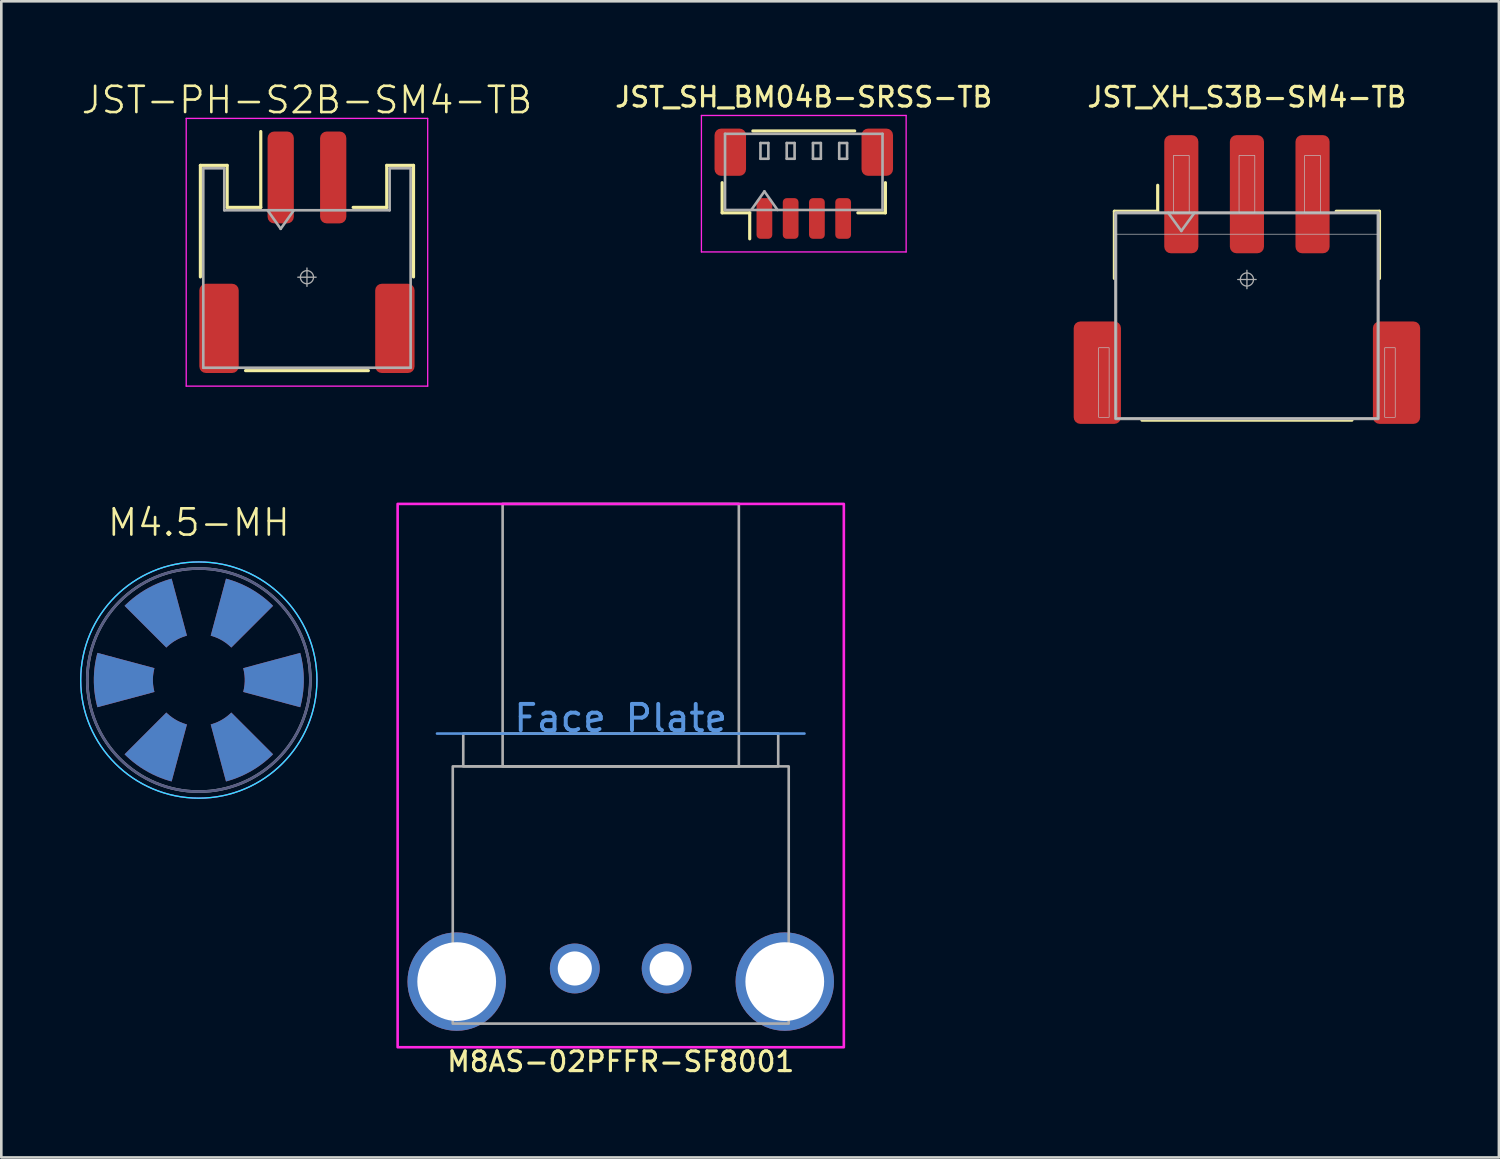
<source format=kicad_pcb>
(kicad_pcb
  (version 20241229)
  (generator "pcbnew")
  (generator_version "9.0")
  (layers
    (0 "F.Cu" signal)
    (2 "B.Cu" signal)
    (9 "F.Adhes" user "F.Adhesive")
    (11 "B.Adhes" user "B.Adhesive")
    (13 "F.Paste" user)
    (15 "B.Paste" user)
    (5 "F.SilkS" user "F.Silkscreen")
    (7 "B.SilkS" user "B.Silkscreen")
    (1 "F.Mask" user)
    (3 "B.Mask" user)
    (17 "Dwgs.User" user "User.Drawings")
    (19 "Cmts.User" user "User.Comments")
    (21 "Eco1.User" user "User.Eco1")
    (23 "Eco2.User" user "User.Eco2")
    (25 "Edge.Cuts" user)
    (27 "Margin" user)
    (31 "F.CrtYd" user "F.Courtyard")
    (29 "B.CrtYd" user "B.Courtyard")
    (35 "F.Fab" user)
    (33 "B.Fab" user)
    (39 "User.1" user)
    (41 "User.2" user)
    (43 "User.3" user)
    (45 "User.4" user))
  (footprint "M4.5-MH"
    (layer "F.Cu")
    (at 4.525 22.86)
    (property "Reference" "M4.5-MH" (at 0 -6 0) (unlocked yes) (layer "F.SilkS") (effects (font (size 1 1) (thickness 0.1))))
    (attr through_hole)
    (fp_circle (center 0 0) (end 0 -4.5) (stroke (width 0.05) (type solid)) (fill no) (layer "B.CrtYd"))
    (fp_circle (center 0 0) (end 0 -4.5) (stroke (width 0.05) (type default)) (fill no) (layer "F.CrtYd"))
    (fp_circle (center 0 0) (end 0 -4.25) (stroke (width 0.1) (type solid)) (fill no) (layer "B.Fab"))
    (fp_circle (center 0 0) (end 0 -4.25) (stroke (width 0.1) (type default)) (fill no) (layer "F.Fab"))
    (pad "1" smd custom (at -2 0 90) (size 0.25 0.25) (layers "F.Cu" "F.Mask" "F.Paste") (options (anchor circle)) (primitives (gr_poly (pts (arc (start -0.452934 0.309631) (mid -0.000001 0.250001) (end 0.452934 0.309631)) (xy 1.035 -1.864) (arc (start 1.035272 -1.863704) (mid -0.000004 -2) (end -1.03528 -1.863702))) (width 0) (fill yes))))
    (pad "1" smd custom (at -2 0 90) (size 0.25 0.25) (layers "B.Cu" "B.Mask" "B.Paste") (options (anchor circle)) (primitives (gr_poly (pts (arc (start -0.452934 0.309631) (mid -0.000001 0.250001) (end 0.452934 0.309631)) (xy 1.035 -1.864) (arc (start 1.035272 -1.863704) (mid -0.000004 -2) (end -1.03528 -1.863702))) (width 0) (fill yes))))
    (pad "1" smd custom (at -1 -1.732 30) (size 0.25 0.25) (layers "F.Cu" "F.Mask" "F.Paste") (options (anchor circle)) (primitives (gr_poly (pts (arc (start -0.452934 0.309631) (mid -0.000001 0.250001) (end 0.452934 0.309631)) (xy 1.035 -1.864) (arc (start 1.035272 -1.863704) (mid -0.000004 -2) (end -1.03528 -1.863702))) (width 0) (fill yes))))
    (pad "1" smd custom (at -1 -1.732 30) (size 0.25 0.25) (layers "B.Cu" "B.Mask" "B.Paste") (options (anchor circle)) (primitives (gr_poly (pts (arc (start -0.452934 0.309631) (mid -0.000001 0.250001) (end 0.452934 0.309631)) (xy 1.035 -1.864) (arc (start 1.035272 -1.863704) (mid -0.000004 -2) (end -1.03528 -1.863702))) (width 0) (fill yes))))
    (pad "1" smd custom (at -1 1.732 150) (size 0.25 0.25) (layers "F.Cu" "F.Mask" "F.Paste") (options (anchor circle)) (primitives (gr_poly (pts (arc (start 0.452934 0.309631) (mid 0.000001 0.250001) (end -0.452934 0.309631)) (xy -1.035 -1.864) (arc (start -1.035272 -1.863704) (mid 0.000004 -2) (end 1.03528 -1.863702))) (width 0) (fill yes))))
    (pad "1" smd custom (at -1 1.732 150) (size 0.25 0.25) (layers "B.Cu" "B.Mask" "B.Paste") (options (anchor circle)) (primitives (gr_poly (pts (arc (start 0.452934 0.309631) (mid 0.000001 0.250001) (end -0.452934 0.309631)) (xy -1.035 -1.864) (arc (start -1.035272 -1.863704) (mid 0.000004 -2) (end 1.03528 -1.863702))) (width 0) (fill yes))))
    (pad "1" smd custom (at 1 -1.732 330) (size 0.25 0.25) (layers "F.Cu" "F.Mask" "F.Paste") (options (anchor circle)) (primitives (gr_poly (pts (arc (start 0.452934 0.309631) (mid 0.000001 0.250001) (end -0.452934 0.309631)) (xy -1.035 -1.864) (arc (start -1.035272 -1.863704) (mid 0.000004 -2) (end 1.03528 -1.863702))) (width 0) (fill yes))))
    (pad "1" smd custom (at 1 -1.732 330) (size 0.25 0.25) (layers "B.Cu" "B.Mask" "B.Paste") (options (anchor circle)) (primitives (gr_poly (pts (arc (start 0.452934 0.309631) (mid 0.000001 0.250001) (end -0.452934 0.309631)) (xy -1.035 -1.864) (arc (start -1.035272 -1.863704) (mid 0.000004 -2) (end 1.03528 -1.863702))) (width 0) (fill yes))))
    (pad "1" smd custom (at 1 1.732 210) (size 0.25 0.25) (layers "F.Cu" "F.Mask" "F.Paste") (options (anchor circle)) (primitives (gr_poly (pts (arc (start -0.452934 0.309631) (mid -0.000001 0.250001) (end 0.452934 0.309631)) (xy 1.035 -1.864) (arc (start 1.035272 -1.863704) (mid -0.000004 -2) (end -1.03528 -1.863702))) (width 0) (fill yes))))
    (pad "1" smd custom (at 1 1.732 210) (size 0.25 0.25) (layers "B.Cu" "B.Mask" "B.Paste") (options (anchor circle)) (primitives (gr_poly (pts (arc (start -0.452934 0.309631) (mid -0.000001 0.250001) (end 0.452934 0.309631)) (xy 1.035 -1.864) (arc (start 1.035272 -1.863704) (mid -0.000004 -2) (end -1.03528 -1.863702))) (width 0) (fill yes))))
    (pad "1" smd custom (at 2 0 270) (size 0.25 0.25) (layers "F.Cu" "F.Mask" "F.Paste") (options (anchor circle)) (primitives (gr_poly (pts (arc (start -0.452934 0.309631) (mid -0.000001 0.250001) (end 0.452934 0.309631)) (xy 1.035 -1.864) (arc (start 1.035272 -1.863704) (mid -0.000004 -2) (end -1.03528 -1.863702))) (width 0) (fill yes))))
    (pad "1" smd custom (at 2 0 270) (size 0.25 0.25) (layers "B.Cu" "B.Mask" "B.Paste") (options (anchor circle)) (primitives (gr_poly (pts (arc (start -0.452934 0.309631) (mid -0.000001 0.250001) (end 0.452934 0.309631)) (xy 1.035 -1.864) (arc (start 1.035272 -1.863704) (mid -0.000004 -2) (end -1.03528 -1.863702))) (width 0) (fill yes)))))
  (footprint "JST_XH_S3B-SM4-TB"
    (layer "F.Cu")
    (at 44.458 7.599)
    (property "Reference" "JST_XH_S3B-SM4-TB" (at 0 -6.95 0) (unlocked yes) (layer "F.SilkS") (effects (font (size 0.75 0.75) (thickness 0.12))))
    (attr smd)
    (fp_line (start -5.05 -2.6) (end -3.4 -2.6) (stroke (width 0.12) (type solid)) (layer "F.SilkS"))
    (fp_line (start -5.05 -0.04) (end -5.05 -2.6) (stroke (width 0.12) (type solid)) (layer "F.SilkS"))
    (fp_line (start -4 5.36) (end 4 5.36) (stroke (width 0.12) (type solid)) (layer "F.SilkS"))
    (fp_line (start -3.4 -2.6) (end -3.4 -3.59) (stroke (width 0.12) (type solid)) (layer "F.SilkS"))
    (fp_line (start 5.05 -2.6) (end 3.4 -2.6) (stroke (width 0.12) (type solid)) (layer "F.SilkS"))
    (fp_line (start 5.05 -0.04) (end 5.05 -2.6) (stroke (width 0.12) (type solid)) (layer "F.SilkS"))
    (fp_line (start -5 -1.725) (end 5 -1.725) (stroke (width 0.025) (type default)) (layer "Dwgs.User"))
    (fp_rect (start -5.65 2.6) (end -5.25 5.25) (stroke (width 0.025) (type default)) (fill no) (layer "Dwgs.User"))
    (fp_rect (start -5 -2.54) (end 5 5.3) (stroke (width 0.025) (type default)) (fill no) (layer "Dwgs.User"))
    (fp_rect (start -2.8 -4.725) (end -2.2 -2.54) (stroke (width 0.025) (type default)) (fill no) (layer "Dwgs.User"))
    (fp_rect (start -0.3 -4.725) (end 0.3 -2.54) (stroke (width 0.025) (type default)) (fill no) (layer "Dwgs.User"))
    (fp_rect (start 2.2 -4.725) (end 2.8 -2.54) (stroke (width 0.025) (type default)) (fill no) (layer "Dwgs.User"))
    (fp_rect (start 5.25 2.6) (end 5.65 5.25) (stroke (width 0.025) (type default)) (fill no) (layer "Dwgs.User"))
    (fp_line (start -3 -2.54) (end -2.5 -1.85) (stroke (width 0.1) (type solid)) (layer "F.Fab"))
    (fp_line (start -2.5 -1.85) (end -2 -2.54) (stroke (width 0.1) (type solid)) (layer "F.Fab"))
    (fp_line (start -0.35 0) (end 0.35 0) (stroke (width 0.05) (type solid)) (layer "F.Fab"))
    (fp_line (start 0 -0.35) (end 0 0.35) (stroke (width 0.05) (type solid)) (layer "F.Fab"))
    (fp_rect (start -5 -2.54) (end 5 5.3) (stroke (width 0.12) (type default)) (fill no) (layer "F.Fab"))
    (fp_circle (center 0 0) (end 0.25 0) (stroke (width 0.05) (type solid)) (fill no) (layer "F.Fab"))
    (pad "1" smd roundrect (at -2.5 -3.25) (size 1.3 4.5) (layers "F.Cu" "F.Mask" "F.Paste") (roundrect_rratio 0.192))
    (pad "2" smd roundrect (at 0 -3.25) (size 1.3 4.5) (layers "F.Cu" "F.Mask" "F.Paste") (roundrect_rratio 0.192))
    (pad "3" smd roundrect (at 2.5 -3.25) (size 1.3 4.5) (layers "F.Cu" "F.Mask" "F.Paste") (roundrect_rratio 0.192))
    (pad "MP1" smd roundrect (at -5.7 3.55) (size 1.8 3.9) (layers "F.Cu" "F.Mask" "F.Paste") (roundrect_rratio 0.139))
    (pad "MP2" smd roundrect (at 5.7 3.55) (size 1.8 3.9) (layers "F.Cu" "F.Mask" "F.Paste") (roundrect_rratio 0.139)))
  (footprint "M8AS-02PFFR-SF8001"
    (layer "F.Cu")
    (at 20.6 34.349)
    (property "Reference" "M8AS-02PFFR-SF8001" (at 0 3.05 0) (unlocked yes) (layer "F.SilkS") (effects (font (size 0.75 0.75) (thickness 0.12))))
    (attr through_hole)
    (fp_line (start -7 -9.45) (end 7 -9.45) (stroke (width 0.1) (type default)) (layer "Cmts.User"))
    (fp_rect (start -8.5 -18.2) (end 8.5 2.5) (stroke (width 0.1) (type default)) (fill no) (layer "F.CrtYd"))
    (fp_rect (start -6.4 -8.2) (end 6.4 1.6) (stroke (width 0.1) (type default)) (fill no) (layer "F.Fab"))
    (fp_rect (start -6 -9.45) (end 6 -8.2) (stroke (width 0.1) (type default)) (fill no) (layer "F.Fab"))
    (fp_rect (start -4.5 -18.2) (end 4.5 -8.2) (stroke (width 0.1) (type default)) (fill no) (layer "F.Fab"))
    (fp_text user "Face Plate" (at 0 -9.45 0) (layer "Cmts.User") (effects (font (size 1 1) (thickness 0.15)) (justify bottom)))
    (pad "1" thru_hole circle (at -1.75 -0.5) (size 1.9 1.9) (drill 1.3) (layers "*.Cu" "*.Mask"))
    (pad "2" thru_hole circle (at 1.75 -0.5) (size 1.9 1.9) (drill 1.3) (layers "*.Cu" "*.Mask"))
    (pad "S1" thru_hole circle (at -6.25 0) (size 3.75 3.75) (drill 3) (layers "*.Cu" "*.Mask"))
    (pad "S2" thru_hole circle (at 6.25 0) (size 3.75 3.75) (drill 3) (layers "*.Cu" "*.Mask")))
  (footprint "JST-PH-S2B-SM4-TB"
    (layer "F.Cu")
    (at 8.645 7.511)
    (property "Reference" "JST-PH-S2B-SM4-TB" (at 0 -6.75 0) (unlocked yes) (layer "F.SilkS") (effects (font (size 1 1) (thickness 0.1))))
    (attr smd)
    (fp_line (start -4.06 -4.26) (end -3.04 -4.26) (stroke (width 0.12) (type solid)) (layer "F.SilkS"))
    (fp_line (start -4.06 -0.01) (end -4.06 -4.26) (stroke (width 0.12) (type solid)) (layer "F.SilkS"))
    (fp_line (start -3.04 -4.26) (end -3.04 -2.66) (stroke (width 0.12) (type solid)) (layer "F.SilkS"))
    (fp_line (start -3.04 -2.66) (end -1.76 -2.66) (stroke (width 0.12) (type solid)) (layer "F.SilkS"))
    (fp_line (start -2.34 3.56) (end 2.34 3.56) (stroke (width 0.12) (type solid)) (layer "F.SilkS"))
    (fp_line (start -1.76 -2.66) (end -1.76 -5.55) (stroke (width 0.12) (type solid)) (layer "F.SilkS"))
    (fp_line (start 3.04 -4.26) (end 3.04 -2.66) (stroke (width 0.12) (type solid)) (layer "F.SilkS"))
    (fp_line (start 3.04 -2.66) (end 1.76 -2.66) (stroke (width 0.12) (type solid)) (layer "F.SilkS"))
    (fp_line (start 4.06 -4.26) (end 3.04 -4.26) (stroke (width 0.12) (type solid)) (layer "F.SilkS"))
    (fp_line (start 4.06 -0.01) (end 4.06 -4.26) (stroke (width 0.12) (type solid)) (layer "F.SilkS"))
    (fp_line (start -4.6 -6.05) (end -4.6 4.15) (stroke (width 0.05) (type solid)) (layer "F.CrtYd"))
    (fp_line (start -4.6 4.15) (end 4.6 4.15) (stroke (width 0.05) (type solid)) (layer "F.CrtYd"))
    (fp_line (start 4.6 -6.05) (end -4.6 -6.05) (stroke (width 0.05) (type solid)) (layer "F.CrtYd"))
    (fp_line (start 4.6 4.15) (end 4.6 -6.05) (stroke (width 0.05) (type solid)) (layer "F.CrtYd"))
    (fp_line (start -3.95 -4.15) (end -3.95 3.45) (stroke (width 0.1) (type solid)) (layer "F.Fab"))
    (fp_line (start -3.95 -4.15) (end -3.15 -4.15) (stroke (width 0.1) (type solid)) (layer "F.Fab"))
    (fp_line (start -3.95 3.45) (end 3.95 3.45) (stroke (width 0.1) (type solid)) (layer "F.Fab"))
    (fp_line (start -3.15 -4.15) (end -3.15 -2.55) (stroke (width 0.1) (type solid)) (layer "F.Fab"))
    (fp_line (start -3.15 -2.55) (end 3.15 -2.55) (stroke (width 0.1) (type solid)) (layer "F.Fab"))
    (fp_line (start -1.5 -2.55) (end -1 -1.843) (stroke (width 0.1) (type solid)) (layer "F.Fab"))
    (fp_line (start -1 -1.843) (end -0.5 -2.55) (stroke (width 0.1) (type solid)) (layer "F.Fab"))
    (fp_line (start -0.35 0) (end 0.35 0) (stroke (width 0.05) (type solid)) (layer "F.Fab"))
    (fp_line (start 0 -0.35) (end 0 0.35) (stroke (width 0.05) (type solid)) (layer "F.Fab"))
    (fp_line (start 3.15 -4.15) (end 3.95 -4.15) (stroke (width 0.1) (type solid)) (layer "F.Fab"))
    (fp_line (start 3.15 -2.55) (end 3.15 -4.15) (stroke (width 0.1) (type solid)) (layer "F.Fab"))
    (fp_line (start 3.95 -4.15) (end 3.95 3.45) (stroke (width 0.1) (type solid)) (layer "F.Fab"))
    (fp_circle (center 0 0) (end 0.25 0) (stroke (width 0.05) (type solid)) (fill no) (layer "F.Fab"))
    (pad "" smd roundrect (at -3.35 1.95) (size 1.5 3.4) (layers "F.Cu" "F.Mask" "F.Paste") (roundrect_rratio 0.167))
    (pad "" smd roundrect (at 3.35 1.95) (size 1.5 3.4) (layers "F.Cu" "F.Mask" "F.Paste") (roundrect_rratio 0.167))
    (pad "1" smd roundrect (at -1 -3.8) (size 1 3.5) (layers "F.Cu" "F.Mask" "F.Paste") (roundrect_rratio 0.25))
    (pad "2" smd roundrect (at 1 -3.8) (size 1 3.5) (layers "F.Cu" "F.Mask" "F.Paste") (roundrect_rratio 0.25)))
  (footprint "JST_SH_BM04B-SRSS-TB"
    (layer "F.Cu")
    (at 27.574 3.949)
    (property "Reference" "JST_SH_BM04B-SRSS-TB" (at 0 -3.3 0) (layer "F.SilkS") (effects (font (size 0.75 0.75) (thickness 0.12))))
    (attr smd)
    (fp_line (start -3.11 -0.04) (end -3.11 1.11) (stroke (width 0.12) (type solid)) (layer "F.SilkS"))
    (fp_line (start -3.11 1.11) (end -2.06 1.11) (stroke (width 0.12) (type solid)) (layer "F.SilkS"))
    (fp_line (start -2.06 1.11) (end -2.06 2.1) (stroke (width 0.12) (type solid)) (layer "F.SilkS"))
    (fp_line (start -1.94 -2.01) (end 1.94 -2.01) (stroke (width 0.12) (type solid)) (layer "F.SilkS"))
    (fp_line (start 3.11 -0.04) (end 3.11 1.11) (stroke (width 0.12) (type solid)) (layer "F.SilkS"))
    (fp_line (start 3.11 1.11) (end 2.06 1.11) (stroke (width 0.12) (type solid)) (layer "F.SilkS"))
    (fp_line (start -3.9 -2.6) (end -3.9 2.6) (stroke (width 0.05) (type solid)) (layer "F.CrtYd"))
    (fp_line (start -3.9 2.6) (end 3.9 2.6) (stroke (width 0.05) (type solid)) (layer "F.CrtYd"))
    (fp_line (start 3.9 -2.6) (end -3.9 -2.6) (stroke (width 0.05) (type solid)) (layer "F.CrtYd"))
    (fp_line (start 3.9 2.6) (end 3.9 -2.6) (stroke (width 0.05) (type solid)) (layer "F.CrtYd"))
    (fp_line (start -3 -1.9) (end 3 -1.9) (stroke (width 0.1) (type solid)) (layer "F.Fab"))
    (fp_line (start -3 1) (end -3 -1.9) (stroke (width 0.1) (type solid)) (layer "F.Fab"))
    (fp_line (start -3 1) (end 3 1) (stroke (width 0.1) (type solid)) (layer "F.Fab"))
    (fp_line (start -2 1) (end -1.5 0.293) (stroke (width 0.1) (type solid)) (layer "F.Fab"))
    (fp_line (start -1.65 -1.55) (end -1.65 -0.95) (stroke (width 0.1) (type solid)) (layer "F.Fab"))
    (fp_line (start -1.65 -0.95) (end -1.35 -0.95) (stroke (width 0.1) (type solid)) (layer "F.Fab"))
    (fp_line (start -1.5 0.293) (end -1 1) (stroke (width 0.1) (type solid)) (layer "F.Fab"))
    (fp_line (start -1.35 -1.55) (end -1.65 -1.55) (stroke (width 0.1) (type solid)) (layer "F.Fab"))
    (fp_line (start -1.35 -0.95) (end -1.35 -1.55) (stroke (width 0.1) (type solid)) (layer "F.Fab"))
    (fp_line (start -0.65 -1.55) (end -0.65 -0.95) (stroke (width 0.1) (type solid)) (layer "F.Fab"))
    (fp_line (start -0.65 -0.95) (end -0.35 -0.95) (stroke (width 0.1) (type solid)) (layer "F.Fab"))
    (fp_line (start -0.35 -1.55) (end -0.65 -1.55) (stroke (width 0.1) (type solid)) (layer "F.Fab"))
    (fp_line (start -0.35 -0.95) (end -0.35 -1.55) (stroke (width 0.1) (type solid)) (layer "F.Fab"))
    (fp_line (start 0.35 -1.55) (end 0.35 -0.95) (stroke (width 0.1) (type solid)) (layer "F.Fab"))
    (fp_line (start 0.35 -0.95) (end 0.65 -0.95) (stroke (width 0.1) (type solid)) (layer "F.Fab"))
    (fp_line (start 0.65 -1.55) (end 0.35 -1.55) (stroke (width 0.1) (type solid)) (layer "F.Fab"))
    (fp_line (start 0.65 -0.95) (end 0.65 -1.55) (stroke (width 0.1) (type solid)) (layer "F.Fab"))
    (fp_line (start 1.35 -1.55) (end 1.35 -0.95) (stroke (width 0.1) (type solid)) (layer "F.Fab"))
    (fp_line (start 1.35 -0.95) (end 1.65 -0.95) (stroke (width 0.1) (type solid)) (layer "F.Fab"))
    (fp_line (start 1.65 -1.55) (end 1.35 -1.55) (stroke (width 0.1) (type solid)) (layer "F.Fab"))
    (fp_line (start 1.65 -0.95) (end 1.65 -1.55) (stroke (width 0.1) (type solid)) (layer "F.Fab"))
    (fp_line (start 3 1) (end 3 -1.9) (stroke (width 0.1) (type solid)) (layer "F.Fab"))
    (pad "1" smd roundrect (at -1.5 1.325) (size 0.6 1.55) (layers "F.Cu" "F.Mask" "F.Paste") (roundrect_rratio 0.25))
    (pad "2" smd roundrect (at -0.5 1.325) (size 0.6 1.55) (layers "F.Cu" "F.Mask" "F.Paste") (roundrect_rratio 0.25))
    (pad "3" smd roundrect (at 0.5 1.325) (size 0.6 1.55) (layers "F.Cu" "F.Mask" "F.Paste") (roundrect_rratio 0.25))
    (pad "4" smd roundrect (at 1.5 1.325) (size 0.6 1.55) (layers "F.Cu" "F.Mask" "F.Paste") (roundrect_rratio 0.25))
    (pad "MP1" smd roundrect (at -2.8 -1.2) (size 1.2 1.8) (layers "F.Cu" "F.Mask" "F.Paste") (roundrect_rratio 0.208))
    (pad "MP2" smd roundrect (at 2.8 -1.2) (size 1.2 1.8) (layers "F.Cu" "F.Mask" "F.Paste") (roundrect_rratio 0.208)))
  (gr_rect
    (start -3 -3)
    (end 54.058 41.049)
    (stroke (width 0.1) (type default))
    (fill no)
    (layer "Edge.Cuts")))
</source>
